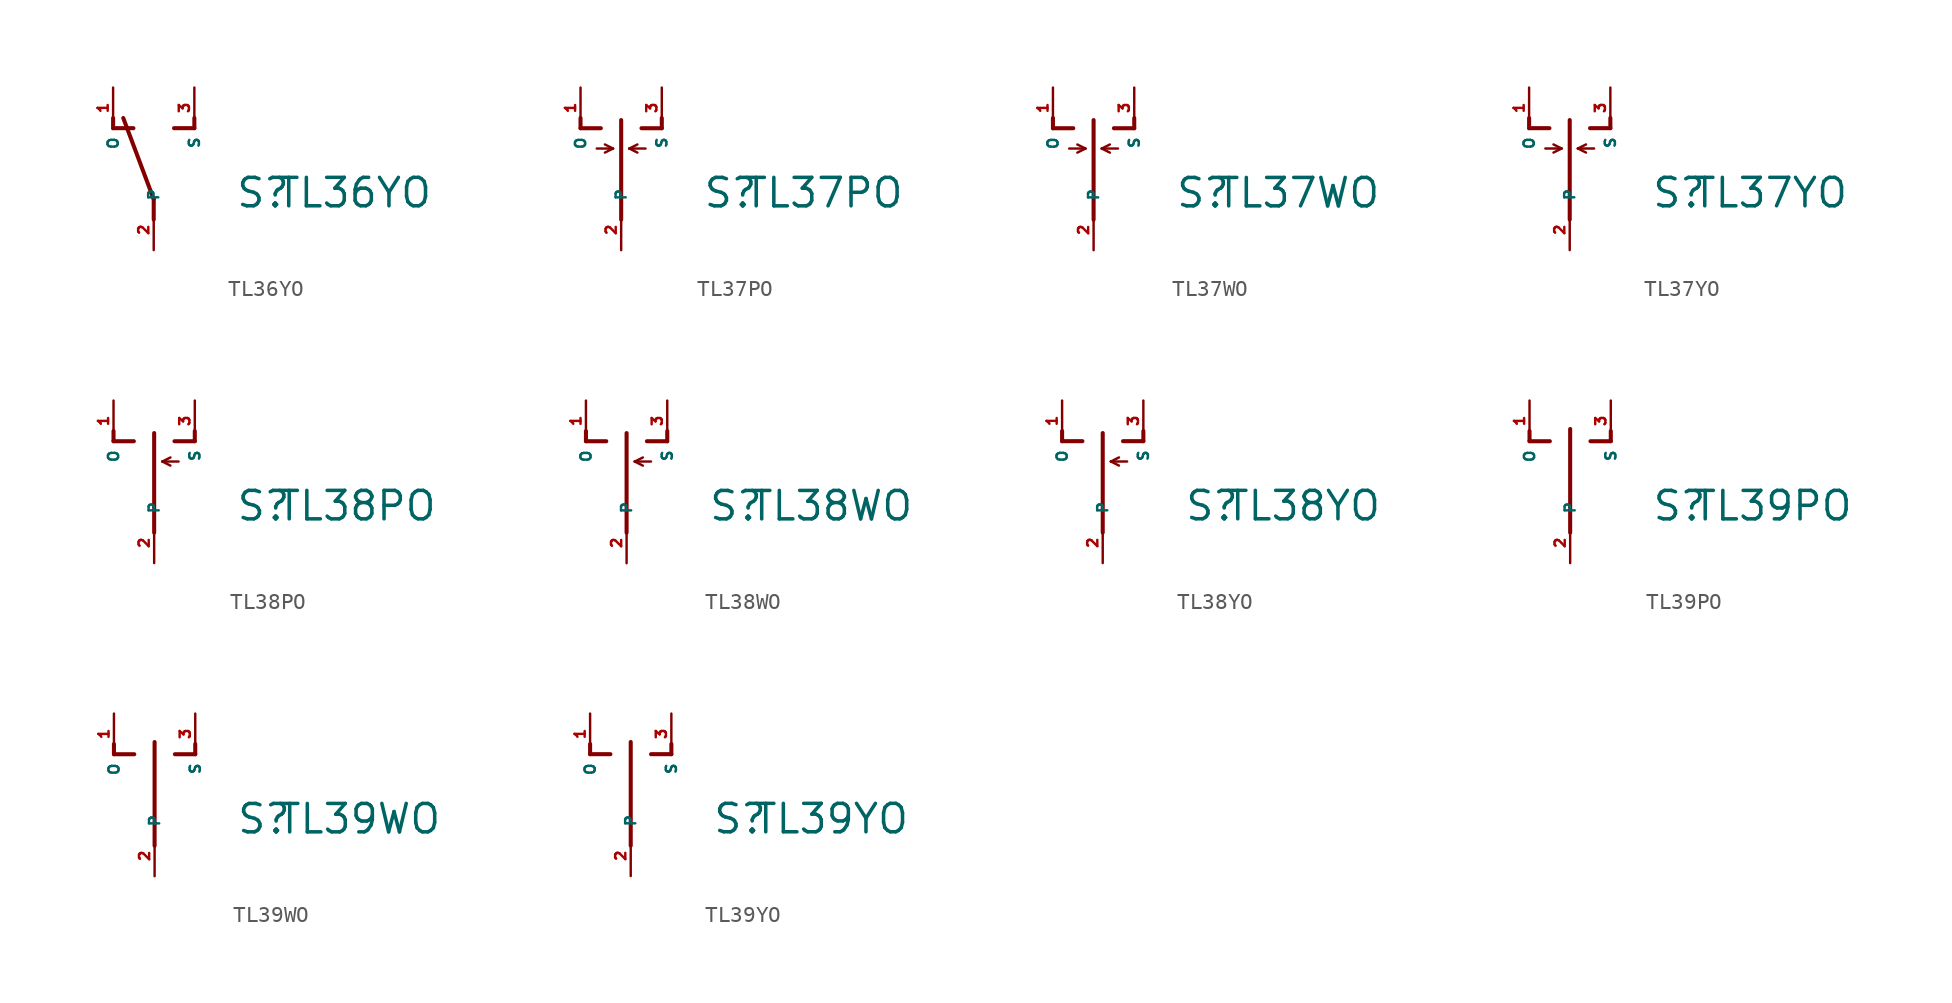
<source format=kicad_sym>
(kicad_symbol_lib
  (version 20220914)
  (generator Eagle2Kicad)
  (symbol "TL36YO"
    (property "Reference" "S"
      (at 5.08 -2.54 0)
      (effects (font (size 1.778 1.778) (thickness 0.22)) (justify left bottom)))
    (property "Value" "TL36YO"
      (at 7.62 -2.54 0)
      (effects (font (size 1.778 1.778) (thickness 0.22)) (justify left bottom)))
    (polyline
      (pts (xy 0 -3.175) (xy 0 -1.905))
      (stroke (width 0.254) (type default))
      (fill (type none)))
    (polyline
      (pts (xy 0 -1.905) (xy -1.905 3.175))
      (stroke (width 0.254) (type default))
      (fill (type none)))
    (polyline
      (pts (xy 1.27 2.54) (xy 2.54 2.54))
      (stroke (width 0.254) (type default))
      (fill (type none)))
    (polyline
      (pts (xy 2.54 2.54) (xy 2.54 3.175))
      (stroke (width 0.254) (type default))
      (fill (type none)))
    (polyline
      (pts (xy -2.54 2.54) (xy -1.27 2.54))
      (stroke (width 0.254) (type default))
      (fill (type none)))
    (polyline
      (pts (xy -2.54 2.54) (xy -2.54 3.175))
      (stroke (width 0.254) (type default))
      (fill (type none)))
    (pin passive line
      (at 0 -5.08 90)
      (length 2.54)
      (name "P" (effects (font (size 0.635 0.635) (thickness 0.08)) (justify left bottom)))
      (number "2" (effects (font (size 0.635 0.635) (thickness 0.08)) (justify left bottom))))
    (pin passive line
      (at 2.54 5.08 270)
      (length 2.54)
      (name "S" (effects (font (size 0.635 0.635) (thickness 0.08)) (justify left bottom)))
      (number "3" (effects (font (size 0.635 0.635) (thickness 0.08)) (justify left bottom))))
    (pin passive line
      (at -2.54 5.08 270)
      (length 2.54)
      (name "O" (effects (font (size 0.635 0.635) (thickness 0.08)) (justify left bottom)))
      (number "1" (effects (font (size 0.635 0.635) (thickness 0.08)) (justify left bottom)))))
  (symbol "TL37PO"
    (property "Reference" "S"
      (at 5.08 -2.54 0)
      (effects (font (size 1.778 1.778) (thickness 0.22)) (justify left bottom)))
    (property "Value" "TL37PO"
      (at 7.62 -2.54 0)
      (effects (font (size 1.778 1.778) (thickness 0.22)) (justify left bottom)))
    (polyline
      (pts (xy 0 -3.175) (xy 0 3.048))
      (stroke (width 0.254) (type default))
      (fill (type none)))
    (polyline
      (pts (xy 1.27 2.54) (xy 2.54 2.54))
      (stroke (width 0.254) (type default))
      (fill (type none)))
    (polyline
      (pts (xy 2.54 2.54) (xy 2.54 3.175))
      (stroke (width 0.254) (type default))
      (fill (type none)))
    (polyline
      (pts (xy -2.54 2.54) (xy -1.27 2.54))
      (stroke (width 0.254) (type default))
      (fill (type none)))
    (polyline
      (pts (xy -2.54 2.54) (xy -2.54 3.175))
      (stroke (width 0.254) (type default))
      (fill (type none)))
    (polyline
      (pts (xy -1.524 1.27) (xy -0.508 1.27))
      (stroke (width 0.152) (type default))
      (fill (type none)))
    (polyline
      (pts (xy -0.508 1.27) (xy -1.016 1.524))
      (stroke (width 0.152) (type default))
      (fill (type none)))
    (polyline
      (pts (xy -0.508 1.27) (xy -1.016 1.016))
      (stroke (width 0.152) (type default))
      (fill (type none)))
    (polyline
      (pts (xy 0.508 1.27) (xy 1.016 1.524))
      (stroke (width 0.152) (type default))
      (fill (type none)))
    (polyline
      (pts (xy 0.508 1.27) (xy 1.016 1.016))
      (stroke (width 0.152) (type default))
      (fill (type none)))
    (polyline
      (pts (xy 0.508 1.27) (xy 1.524 1.27))
      (stroke (width 0.152) (type default))
      (fill (type none)))
    (pin passive line
      (at 0 -5.08 90)
      (length 2.54)
      (name "P" (effects (font (size 0.635 0.635) (thickness 0.08)) (justify left bottom)))
      (number "2" (effects (font (size 0.635 0.635) (thickness 0.08)) (justify left bottom))))
    (pin passive line
      (at 2.54 5.08 270)
      (length 2.54)
      (name "S" (effects (font (size 0.635 0.635) (thickness 0.08)) (justify left bottom)))
      (number "3" (effects (font (size 0.635 0.635) (thickness 0.08)) (justify left bottom))))
    (pin passive line
      (at -2.54 5.08 270)
      (length 2.54)
      (name "O" (effects (font (size 0.635 0.635) (thickness 0.08)) (justify left bottom)))
      (number "1" (effects (font (size 0.635 0.635) (thickness 0.08)) (justify left bottom)))))
  (symbol "TL37WO"
    (property "Reference" "S"
      (at 5.08 -2.54 0)
      (effects (font (size 1.778 1.778) (thickness 0.22)) (justify left bottom)))
    (property "Value" "TL37WO"
      (at 7.62 -2.54 0)
      (effects (font (size 1.778 1.778) (thickness 0.22)) (justify left bottom)))
    (polyline
      (pts (xy 0 -3.175) (xy 0 3.048))
      (stroke (width 0.254) (type default))
      (fill (type none)))
    (polyline
      (pts (xy 1.27 2.54) (xy 2.54 2.54))
      (stroke (width 0.254) (type default))
      (fill (type none)))
    (polyline
      (pts (xy 2.54 2.54) (xy 2.54 3.175))
      (stroke (width 0.254) (type default))
      (fill (type none)))
    (polyline
      (pts (xy -2.54 2.54) (xy -1.27 2.54))
      (stroke (width 0.254) (type default))
      (fill (type none)))
    (polyline
      (pts (xy -2.54 2.54) (xy -2.54 3.175))
      (stroke (width 0.254) (type default))
      (fill (type none)))
    (polyline
      (pts (xy -1.524 1.27) (xy -0.508 1.27))
      (stroke (width 0.152) (type default))
      (fill (type none)))
    (polyline
      (pts (xy -0.508 1.27) (xy -1.016 1.524))
      (stroke (width 0.152) (type default))
      (fill (type none)))
    (polyline
      (pts (xy -0.508 1.27) (xy -1.016 1.016))
      (stroke (width 0.152) (type default))
      (fill (type none)))
    (polyline
      (pts (xy 0.508 1.27) (xy 1.016 1.524))
      (stroke (width 0.152) (type default))
      (fill (type none)))
    (polyline
      (pts (xy 0.508 1.27) (xy 1.016 1.016))
      (stroke (width 0.152) (type default))
      (fill (type none)))
    (polyline
      (pts (xy 0.508 1.27) (xy 1.524 1.27))
      (stroke (width 0.152) (type default))
      (fill (type none)))
    (pin passive line
      (at 0 -5.08 90)
      (length 2.54)
      (name "P" (effects (font (size 0.635 0.635) (thickness 0.08)) (justify left bottom)))
      (number "2" (effects (font (size 0.635 0.635) (thickness 0.08)) (justify left bottom))))
    (pin passive line
      (at 2.54 5.08 270)
      (length 2.54)
      (name "S" (effects (font (size 0.635 0.635) (thickness 0.08)) (justify left bottom)))
      (number "3" (effects (font (size 0.635 0.635) (thickness 0.08)) (justify left bottom))))
    (pin passive line
      (at -2.54 5.08 270)
      (length 2.54)
      (name "O" (effects (font (size 0.635 0.635) (thickness 0.08)) (justify left bottom)))
      (number "1" (effects (font (size 0.635 0.635) (thickness 0.08)) (justify left bottom)))))
  (symbol "TL37YO"
    (property "Reference" "S"
      (at 5.08 -2.54 0)
      (effects (font (size 1.778 1.778) (thickness 0.22)) (justify left bottom)))
    (property "Value" "TL37YO"
      (at 7.62 -2.54 0)
      (effects (font (size 1.778 1.778) (thickness 0.22)) (justify left bottom)))
    (polyline
      (pts (xy 0 -3.175) (xy 0 3.048))
      (stroke (width 0.254) (type default))
      (fill (type none)))
    (polyline
      (pts (xy 1.27 2.54) (xy 2.54 2.54))
      (stroke (width 0.254) (type default))
      (fill (type none)))
    (polyline
      (pts (xy 2.54 2.54) (xy 2.54 3.175))
      (stroke (width 0.254) (type default))
      (fill (type none)))
    (polyline
      (pts (xy -2.54 2.54) (xy -1.27 2.54))
      (stroke (width 0.254) (type default))
      (fill (type none)))
    (polyline
      (pts (xy -2.54 2.54) (xy -2.54 3.175))
      (stroke (width 0.254) (type default))
      (fill (type none)))
    (polyline
      (pts (xy -1.524 1.27) (xy -0.508 1.27))
      (stroke (width 0.152) (type default))
      (fill (type none)))
    (polyline
      (pts (xy -0.508 1.27) (xy -1.016 1.524))
      (stroke (width 0.152) (type default))
      (fill (type none)))
    (polyline
      (pts (xy -0.508 1.27) (xy -1.016 1.016))
      (stroke (width 0.152) (type default))
      (fill (type none)))
    (polyline
      (pts (xy 0.508 1.27) (xy 1.016 1.524))
      (stroke (width 0.152) (type default))
      (fill (type none)))
    (polyline
      (pts (xy 0.508 1.27) (xy 1.016 1.016))
      (stroke (width 0.152) (type default))
      (fill (type none)))
    (polyline
      (pts (xy 0.508 1.27) (xy 1.524 1.27))
      (stroke (width 0.152) (type default))
      (fill (type none)))
    (pin passive line
      (at 0 -5.08 90)
      (length 2.54)
      (name "P" (effects (font (size 0.635 0.635) (thickness 0.08)) (justify left bottom)))
      (number "2" (effects (font (size 0.635 0.635) (thickness 0.08)) (justify left bottom))))
    (pin passive line
      (at 2.54 5.08 270)
      (length 2.54)
      (name "S" (effects (font (size 0.635 0.635) (thickness 0.08)) (justify left bottom)))
      (number "3" (effects (font (size 0.635 0.635) (thickness 0.08)) (justify left bottom))))
    (pin passive line
      (at -2.54 5.08 270)
      (length 2.54)
      (name "O" (effects (font (size 0.635 0.635) (thickness 0.08)) (justify left bottom)))
      (number "1" (effects (font (size 0.635 0.635) (thickness 0.08)) (justify left bottom)))))
  (symbol "TL38PO"
    (property "Reference" "S"
      (at 5.08 -2.54 0)
      (effects (font (size 1.778 1.778) (thickness 0.22)) (justify left bottom)))
    (property "Value" "TL38PO"
      (at 7.62 -2.54 0)
      (effects (font (size 1.778 1.778) (thickness 0.22)) (justify left bottom)))
    (polyline
      (pts (xy 0 -3.175) (xy 0 3.048))
      (stroke (width 0.254) (type default))
      (fill (type none)))
    (polyline
      (pts (xy 1.27 2.54) (xy 2.54 2.54))
      (stroke (width 0.254) (type default))
      (fill (type none)))
    (polyline
      (pts (xy 2.54 2.54) (xy 2.54 3.175))
      (stroke (width 0.254) (type default))
      (fill (type none)))
    (polyline
      (pts (xy -2.54 2.54) (xy -1.27 2.54))
      (stroke (width 0.254) (type default))
      (fill (type none)))
    (polyline
      (pts (xy -2.54 2.54) (xy -2.54 3.175))
      (stroke (width 0.254) (type default))
      (fill (type none)))
    (polyline
      (pts (xy 0.508 1.27) (xy 1.016 1.524))
      (stroke (width 0.152) (type default))
      (fill (type none)))
    (polyline
      (pts (xy 0.508 1.27) (xy 1.016 1.016))
      (stroke (width 0.152) (type default))
      (fill (type none)))
    (polyline
      (pts (xy 0.508 1.27) (xy 1.524 1.27))
      (stroke (width 0.152) (type default))
      (fill (type none)))
    (pin passive line
      (at 0 -5.08 90)
      (length 2.54)
      (name "P" (effects (font (size 0.635 0.635) (thickness 0.08)) (justify left bottom)))
      (number "2" (effects (font (size 0.635 0.635) (thickness 0.08)) (justify left bottom))))
    (pin passive line
      (at 2.54 5.08 270)
      (length 2.54)
      (name "S" (effects (font (size 0.635 0.635) (thickness 0.08)) (justify left bottom)))
      (number "3" (effects (font (size 0.635 0.635) (thickness 0.08)) (justify left bottom))))
    (pin passive line
      (at -2.54 5.08 270)
      (length 2.54)
      (name "O" (effects (font (size 0.635 0.635) (thickness 0.08)) (justify left bottom)))
      (number "1" (effects (font (size 0.635 0.635) (thickness 0.08)) (justify left bottom)))))
  (symbol "TL38WO"
    (property "Reference" "S"
      (at 5.08 -2.54 0)
      (effects (font (size 1.778 1.778) (thickness 0.22)) (justify left bottom)))
    (property "Value" "TL38WO"
      (at 7.62 -2.54 0)
      (effects (font (size 1.778 1.778) (thickness 0.22)) (justify left bottom)))
    (polyline
      (pts (xy 0 -3.175) (xy 0 3.048))
      (stroke (width 0.254) (type default))
      (fill (type none)))
    (polyline
      (pts (xy 1.27 2.54) (xy 2.54 2.54))
      (stroke (width 0.254) (type default))
      (fill (type none)))
    (polyline
      (pts (xy 2.54 2.54) (xy 2.54 3.175))
      (stroke (width 0.254) (type default))
      (fill (type none)))
    (polyline
      (pts (xy -2.54 2.54) (xy -1.27 2.54))
      (stroke (width 0.254) (type default))
      (fill (type none)))
    (polyline
      (pts (xy -2.54 2.54) (xy -2.54 3.175))
      (stroke (width 0.254) (type default))
      (fill (type none)))
    (polyline
      (pts (xy 0.508 1.27) (xy 1.016 1.524))
      (stroke (width 0.152) (type default))
      (fill (type none)))
    (polyline
      (pts (xy 0.508 1.27) (xy 1.016 1.016))
      (stroke (width 0.152) (type default))
      (fill (type none)))
    (polyline
      (pts (xy 0.508 1.27) (xy 1.524 1.27))
      (stroke (width 0.152) (type default))
      (fill (type none)))
    (pin passive line
      (at 0 -5.08 90)
      (length 2.54)
      (name "P" (effects (font (size 0.635 0.635) (thickness 0.08)) (justify left bottom)))
      (number "2" (effects (font (size 0.635 0.635) (thickness 0.08)) (justify left bottom))))
    (pin passive line
      (at 2.54 5.08 270)
      (length 2.54)
      (name "S" (effects (font (size 0.635 0.635) (thickness 0.08)) (justify left bottom)))
      (number "3" (effects (font (size 0.635 0.635) (thickness 0.08)) (justify left bottom))))
    (pin passive line
      (at -2.54 5.08 270)
      (length 2.54)
      (name "O" (effects (font (size 0.635 0.635) (thickness 0.08)) (justify left bottom)))
      (number "1" (effects (font (size 0.635 0.635) (thickness 0.08)) (justify left bottom)))))
  (symbol "TL38YO"
    (property "Reference" "S"
      (at 5.08 -2.54 0)
      (effects (font (size 1.778 1.778) (thickness 0.22)) (justify left bottom)))
    (property "Value" "TL38YO"
      (at 7.62 -2.54 0)
      (effects (font (size 1.778 1.778) (thickness 0.22)) (justify left bottom)))
    (polyline
      (pts (xy 0 -3.175) (xy 0 3.048))
      (stroke (width 0.254) (type default))
      (fill (type none)))
    (polyline
      (pts (xy 1.27 2.54) (xy 2.54 2.54))
      (stroke (width 0.254) (type default))
      (fill (type none)))
    (polyline
      (pts (xy 2.54 2.54) (xy 2.54 3.175))
      (stroke (width 0.254) (type default))
      (fill (type none)))
    (polyline
      (pts (xy -2.54 2.54) (xy -1.27 2.54))
      (stroke (width 0.254) (type default))
      (fill (type none)))
    (polyline
      (pts (xy -2.54 2.54) (xy -2.54 3.175))
      (stroke (width 0.254) (type default))
      (fill (type none)))
    (polyline
      (pts (xy 0.508 1.27) (xy 1.016 1.524))
      (stroke (width 0.152) (type default))
      (fill (type none)))
    (polyline
      (pts (xy 0.508 1.27) (xy 1.016 1.016))
      (stroke (width 0.152) (type default))
      (fill (type none)))
    (polyline
      (pts (xy 0.508 1.27) (xy 1.524 1.27))
      (stroke (width 0.152) (type default))
      (fill (type none)))
    (pin passive line
      (at 0 -5.08 90)
      (length 2.54)
      (name "P" (effects (font (size 0.635 0.635) (thickness 0.08)) (justify left bottom)))
      (number "2" (effects (font (size 0.635 0.635) (thickness 0.08)) (justify left bottom))))
    (pin passive line
      (at 2.54 5.08 270)
      (length 2.54)
      (name "S" (effects (font (size 0.635 0.635) (thickness 0.08)) (justify left bottom)))
      (number "3" (effects (font (size 0.635 0.635) (thickness 0.08)) (justify left bottom))))
    (pin passive line
      (at -2.54 5.08 270)
      (length 2.54)
      (name "O" (effects (font (size 0.635 0.635) (thickness 0.08)) (justify left bottom)))
      (number "1" (effects (font (size 0.635 0.635) (thickness 0.08)) (justify left bottom)))))
  (symbol "TL39PO"
    (property "Reference" "S"
      (at 5.08 -2.54 0)
      (effects (font (size 1.778 1.778) (thickness 0.22)) (justify left bottom)))
    (property "Value" "TL39PO"
      (at 7.62 -2.54 0)
      (effects (font (size 1.778 1.778) (thickness 0.22)) (justify left bottom)))
    (polyline
      (pts (xy 0 -3.175) (xy 0 3.302))
      (stroke (width 0.254) (type default))
      (fill (type none)))
    (polyline
      (pts (xy 1.27 2.54) (xy 2.54 2.54))
      (stroke (width 0.254) (type default))
      (fill (type none)))
    (polyline
      (pts (xy 2.54 2.54) (xy 2.54 3.175))
      (stroke (width 0.254) (type default))
      (fill (type none)))
    (polyline
      (pts (xy -2.54 2.54) (xy -1.27 2.54))
      (stroke (width 0.254) (type default))
      (fill (type none)))
    (polyline
      (pts (xy -2.54 2.54) (xy -2.54 3.175))
      (stroke (width 0.254) (type default))
      (fill (type none)))
    (pin passive line
      (at 0 -5.08 90)
      (length 2.54)
      (name "P" (effects (font (size 0.635 0.635) (thickness 0.08)) (justify left bottom)))
      (number "2" (effects (font (size 0.635 0.635) (thickness 0.08)) (justify left bottom))))
    (pin passive line
      (at 2.54 5.08 270)
      (length 2.54)
      (name "S" (effects (font (size 0.635 0.635) (thickness 0.08)) (justify left bottom)))
      (number "3" (effects (font (size 0.635 0.635) (thickness 0.08)) (justify left bottom))))
    (pin passive line
      (at -2.54 5.08 270)
      (length 2.54)
      (name "O" (effects (font (size 0.635 0.635) (thickness 0.08)) (justify left bottom)))
      (number "1" (effects (font (size 0.635 0.635) (thickness 0.08)) (justify left bottom)))))
  (symbol "TL39WO"
    (property "Reference" "S"
      (at 5.08 -2.54 0)
      (effects (font (size 1.778 1.778) (thickness 0.22)) (justify left bottom)))
    (property "Value" "TL39WO"
      (at 7.62 -2.54 0)
      (effects (font (size 1.778 1.778) (thickness 0.22)) (justify left bottom)))
    (polyline
      (pts (xy 0 -3.175) (xy 0 3.302))
      (stroke (width 0.254) (type default))
      (fill (type none)))
    (polyline
      (pts (xy 1.27 2.54) (xy 2.54 2.54))
      (stroke (width 0.254) (type default))
      (fill (type none)))
    (polyline
      (pts (xy 2.54 2.54) (xy 2.54 3.175))
      (stroke (width 0.254) (type default))
      (fill (type none)))
    (polyline
      (pts (xy -2.54 2.54) (xy -1.27 2.54))
      (stroke (width 0.254) (type default))
      (fill (type none)))
    (polyline
      (pts (xy -2.54 2.54) (xy -2.54 3.175))
      (stroke (width 0.254) (type default))
      (fill (type none)))
    (pin passive line
      (at 0 -5.08 90)
      (length 2.54)
      (name "P" (effects (font (size 0.635 0.635) (thickness 0.08)) (justify left bottom)))
      (number "2" (effects (font (size 0.635 0.635) (thickness 0.08)) (justify left bottom))))
    (pin passive line
      (at 2.54 5.08 270)
      (length 2.54)
      (name "S" (effects (font (size 0.635 0.635) (thickness 0.08)) (justify left bottom)))
      (number "3" (effects (font (size 0.635 0.635) (thickness 0.08)) (justify left bottom))))
    (pin passive line
      (at -2.54 5.08 270)
      (length 2.54)
      (name "O" (effects (font (size 0.635 0.635) (thickness 0.08)) (justify left bottom)))
      (number "1" (effects (font (size 0.635 0.635) (thickness 0.08)) (justify left bottom)))))
  (symbol "TL39YO"
    (property "Reference" "S"
      (at 5.08 -2.54 0)
      (effects (font (size 1.778 1.778) (thickness 0.22)) (justify left bottom)))
    (property "Value" "TL39YO"
      (at 7.62 -2.54 0)
      (effects (font (size 1.778 1.778) (thickness 0.22)) (justify left bottom)))
    (polyline
      (pts (xy 0 -3.175) (xy 0 3.302))
      (stroke (width 0.254) (type default))
      (fill (type none)))
    (polyline
      (pts (xy 1.27 2.54) (xy 2.54 2.54))
      (stroke (width 0.254) (type default))
      (fill (type none)))
    (polyline
      (pts (xy 2.54 2.54) (xy 2.54 3.175))
      (stroke (width 0.254) (type default))
      (fill (type none)))
    (polyline
      (pts (xy -2.54 2.54) (xy -1.27 2.54))
      (stroke (width 0.254) (type default))
      (fill (type none)))
    (polyline
      (pts (xy -2.54 2.54) (xy -2.54 3.175))
      (stroke (width 0.254) (type default))
      (fill (type none)))
    (pin passive line
      (at 0 -5.08 90)
      (length 2.54)
      (name "P" (effects (font (size 0.635 0.635) (thickness 0.08)) (justify left bottom)))
      (number "2" (effects (font (size 0.635 0.635) (thickness 0.08)) (justify left bottom))))
    (pin passive line
      (at 2.54 5.08 270)
      (length 2.54)
      (name "S" (effects (font (size 0.635 0.635) (thickness 0.08)) (justify left bottom)))
      (number "3" (effects (font (size 0.635 0.635) (thickness 0.08)) (justify left bottom))))
    (pin passive line
      (at -2.54 5.08 270)
      (length 2.54)
      (name "O" (effects (font (size 0.635 0.635) (thickness 0.08)) (justify left bottom)))
      (number "1" (effects (font (size 0.635 0.635) (thickness 0.08)) (justify left bottom))))))
</source>
